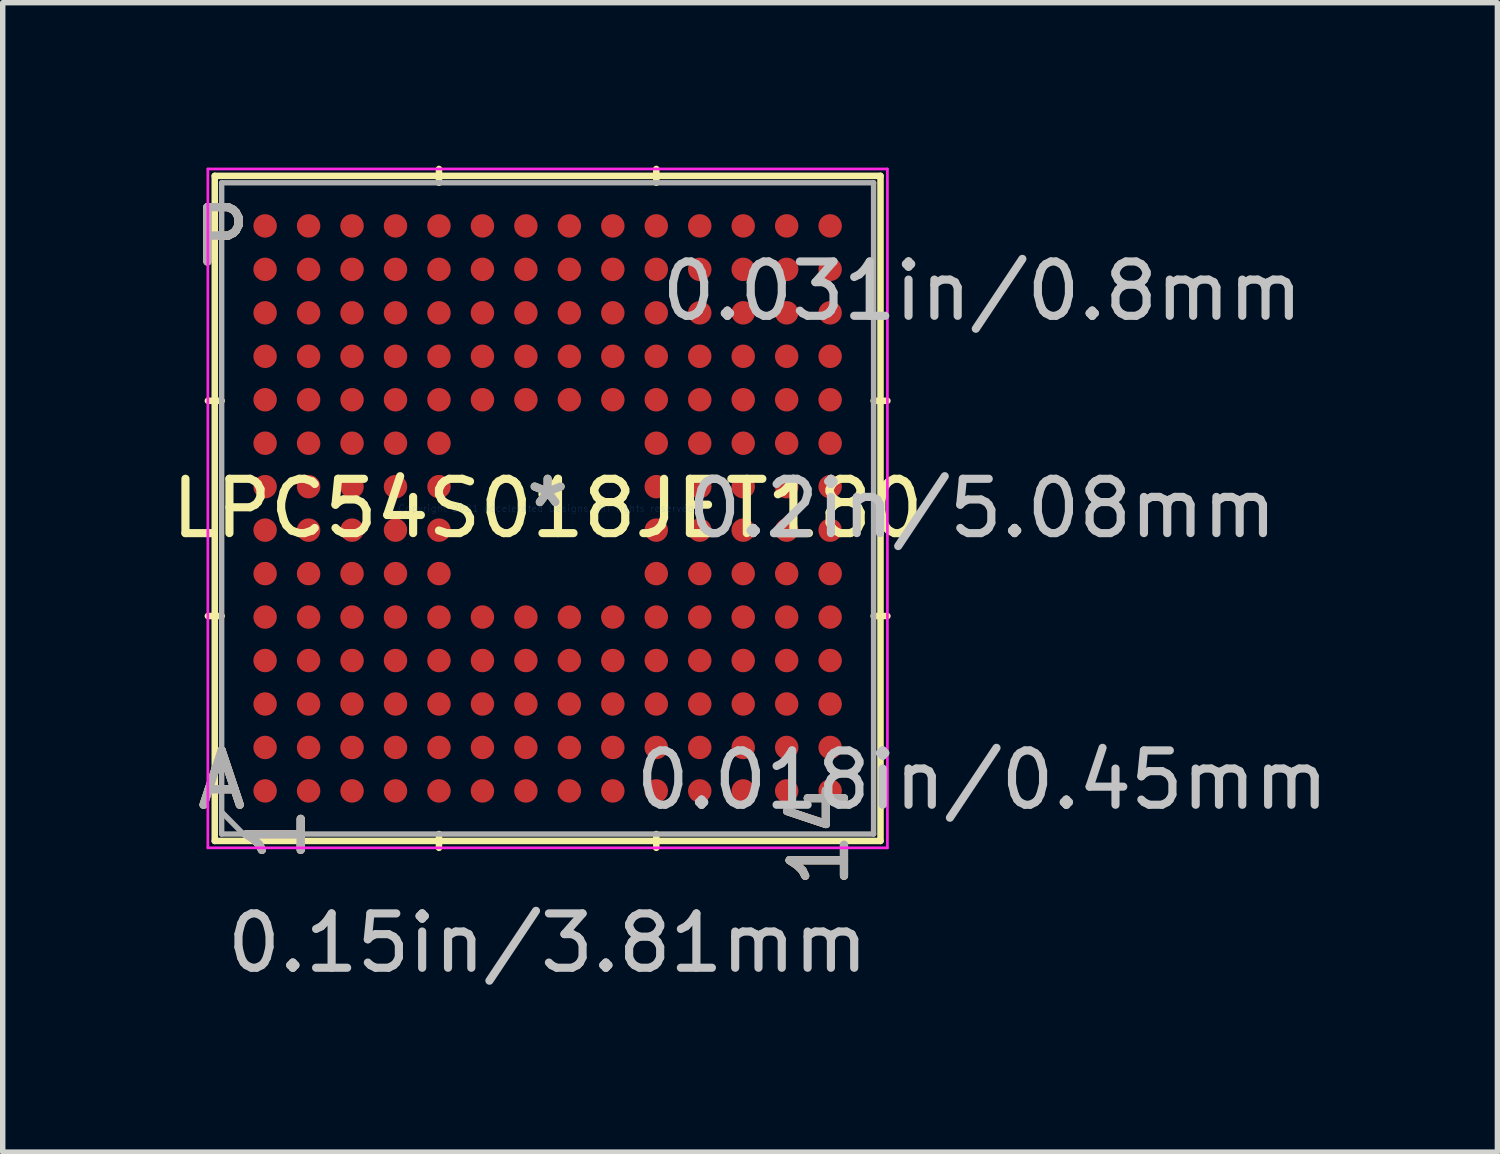
<source format=kicad_pcb>
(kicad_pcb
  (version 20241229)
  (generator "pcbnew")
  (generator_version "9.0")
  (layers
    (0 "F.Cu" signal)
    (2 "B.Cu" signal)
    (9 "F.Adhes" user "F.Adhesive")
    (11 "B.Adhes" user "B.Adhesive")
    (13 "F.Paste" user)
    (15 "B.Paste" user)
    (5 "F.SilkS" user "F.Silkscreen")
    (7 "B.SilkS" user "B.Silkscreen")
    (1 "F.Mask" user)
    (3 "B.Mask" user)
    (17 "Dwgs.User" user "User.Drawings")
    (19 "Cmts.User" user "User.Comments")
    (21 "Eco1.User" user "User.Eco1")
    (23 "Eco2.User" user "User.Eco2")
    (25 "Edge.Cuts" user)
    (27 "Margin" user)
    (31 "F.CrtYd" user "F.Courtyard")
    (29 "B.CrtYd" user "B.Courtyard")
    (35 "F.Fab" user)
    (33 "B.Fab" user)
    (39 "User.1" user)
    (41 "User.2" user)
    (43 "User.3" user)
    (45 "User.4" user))
  (footprint "LPC54S018JET180"
    (layer "F.Cu")
    (at 7.03 6.308)
    (property "Reference" "LPC54S018JET180" (at 0 0 0) (layer "F.SilkS") (effects (font (size 1 1) (thickness 0.15))))
    (attr through_hole)
    (fp_line (start -6.127 -6.121) (end -6.127 6.121) (stroke (width 0.12) (type solid)) (layer "F.SilkS"))
    (fp_line (start -6.127 6.121) (end 6.127 6.121) (stroke (width 0.12) (type solid)) (layer "F.SilkS"))
    (fp_line (start -6 -1.981) (end -6.254 -1.981) (stroke (width 0.12) (type solid)) (layer "F.SilkS"))
    (fp_line (start -6 1.981) (end -6.254 1.981) (stroke (width 0.12) (type solid)) (layer "F.SilkS"))
    (fp_line (start -2 -5.994) (end -2 -6.248) (stroke (width 0.12) (type solid)) (layer "F.SilkS"))
    (fp_line (start -2 5.994) (end -2 6.248) (stroke (width 0.12) (type solid)) (layer "F.SilkS"))
    (fp_line (start 2 -5.994) (end 2 -6.248) (stroke (width 0.12) (type solid)) (layer "F.SilkS"))
    (fp_line (start 2 5.994) (end 2 6.248) (stroke (width 0.12) (type solid)) (layer "F.SilkS"))
    (fp_line (start 6 -1.981) (end 6.254 -1.981) (stroke (width 0.12) (type solid)) (layer "F.SilkS"))
    (fp_line (start 6 1.981) (end 6.254 1.981) (stroke (width 0.12) (type solid)) (layer "F.SilkS"))
    (fp_line (start 6.127 -6.121) (end -6.127 -6.121) (stroke (width 0.12) (type solid)) (layer "F.SilkS"))
    (fp_line (start 6.127 6.121) (end 6.127 -6.121) (stroke (width 0.12) (type solid)) (layer "F.SilkS"))
    (fp_line (start -6.254 -6.248) (end 6.254 -6.248) (stroke (width 0.05) (type solid)) (layer "F.CrtYd"))
    (fp_line (start -6.254 6.248) (end -6.254 -6.248) (stroke (width 0.05) (type solid)) (layer "F.CrtYd"))
    (fp_line (start 6.254 -6.248) (end 6.254 6.248) (stroke (width 0.05) (type solid)) (layer "F.CrtYd"))
    (fp_line (start 6.254 6.248) (end -6.254 6.248) (stroke (width 0.05) (type solid)) (layer "F.CrtYd"))
    (fp_line (start -6 5.588) (end -5.6 5.994) (stroke (width 0.1) (type solid)) (layer "F.Fab"))
    (fp_line (start -6 -5.994) (end -6 5.994) (stroke (width 0.1) (type solid)) (layer "F.Fab"))
    (fp_line (start -6 5.994) (end 6 5.994) (stroke (width 0.1) (type solid)) (layer "F.Fab"))
    (fp_line (start 6 -5.994) (end -6 -5.994) (stroke (width 0.1) (type solid)) (layer "F.Fab"))
    (fp_line (start 6 5.994) (end 6 -5.994) (stroke (width 0.1) (type solid)) (layer "F.Fab"))
    (fp_text user "*" (at 0 0 0) (layer "F.SilkS") (effects (font (size 1 1) (thickness 0.15))))
    (fp_text user "A" (at -6 5 0) (layer "F.SilkS") (effects (font (size 1 1) (thickness 0.15))))
    (fp_text user "P" (at -6 -5 0) (layer "F.SilkS") (effects (font (size 1 1) (thickness 0.15))))
    (fp_text user "1" (at -5 6 90) (layer "F.SilkS") (effects (font (size 1 1) (thickness 0.15))))
    (fp_text user "14" (at 5 6 90) (layer "F.SilkS") (effects (font (size 1 1) (thickness 0.15))))
    (fp_text user "P" (at -6 -5 0) (layer "B.SilkS") (effects (font (size 1 1) (thickness 0.15))))
    (fp_text user "1" (at -5 6 90) (layer "B.SilkS") (effects (font (size 1 1) (thickness 0.15))))
    (fp_text user "A" (at -6 5 0) (layer "B.SilkS") (effects (font (size 1 1) (thickness 0.15))))
    (fp_text user "14" (at 5 6 90) (layer "B.SilkS") (effects (font (size 1 1) (thickness 0.15))))
    (fp_text user "0.018in/0.45mm" (at 8 5 0) (layer "Dwgs.User") (effects (font (size 1 1) (thickness 0.15))))
    (fp_text user "0.15in/3.81mm" (at 0 8 0) (layer "Dwgs.User") (effects (font (size 1 1) (thickness 0.15))))
    (fp_text user "0.2in/5.08mm" (at 8 0 0) (layer "Dwgs.User") (effects (font (size 1 1) (thickness 0.15))))
    (fp_text user "0.031in/0.8mm" (at 8 -4 0) (layer "Dwgs.User") (effects (font (size 1 1) (thickness 0.15))))
    (fp_text user "Copyright 2021 Accelerated Designs. All rights reserved." (at 0 0 0) (layer "Cmts.User") (effects (font (size 0.127 0.127) (thickness 0.002))))
    (fp_text user "P" (at -6 -5 0) (layer "F.Fab") (effects (font (size 1 1) (thickness 0.15))))
    (fp_text user "A" (at -6 5 0) (layer "F.Fab") (effects (font (size 1 1) (thickness 0.15))))
    (fp_text user "14" (at 5 6 90) (layer "F.Fab") (effects (font (size 1 1) (thickness 0.15))))
    (fp_text user "1" (at -5 6 90) (layer "F.Fab") (effects (font (size 1 1) (thickness 0.15))))
    (fp_text user "*" (at 0 0 0) (layer "F.Fab") (effects (font (size 1 1) (thickness 0.15))))
    (pad "A1" smd circle (at -5.2 5.2) (size 0.432 0.432) (layers "F.Cu" "F.Mask" "F.Paste"))
    (pad "A2" smd circle (at -4.4 5.2) (size 0.432 0.432) (layers "F.Cu" "F.Mask" "F.Paste"))
    (pad "A3" smd circle (at -3.6 5.2) (size 0.432 0.432) (layers "F.Cu" "F.Mask" "F.Paste"))
    (pad "A4" smd circle (at -2.8 5.2) (size 0.432 0.432) (layers "F.Cu" "F.Mask" "F.Paste"))
    (pad "A5" smd circle (at -2 5.2) (size 0.432 0.432) (layers "F.Cu" "F.Mask" "F.Paste"))
    (pad "A6" smd circle (at -1.2 5.2) (size 0.432 0.432) (layers "F.Cu" "F.Mask" "F.Paste"))
    (pad "A7" smd circle (at -0.4 5.2) (size 0.432 0.432) (layers "F.Cu" "F.Mask" "F.Paste"))
    (pad "A8" smd circle (at 0.4 5.2) (size 0.432 0.432) (layers "F.Cu" "F.Mask" "F.Paste"))
    (pad "A9" smd circle (at 1.2 5.2) (size 0.432 0.432) (layers "F.Cu" "F.Mask" "F.Paste"))
    (pad "A10" smd circle (at 2 5.2) (size 0.432 0.432) (layers "F.Cu" "F.Mask" "F.Paste"))
    (pad "A11" smd circle (at 2.8 5.2) (size 0.432 0.432) (layers "F.Cu" "F.Mask" "F.Paste"))
    (pad "A12" smd circle (at 3.6 5.2) (size 0.432 0.432) (layers "F.Cu" "F.Mask" "F.Paste"))
    (pad "A13" smd circle (at 4.4 5.2) (size 0.432 0.432) (layers "F.Cu" "F.Mask" "F.Paste"))
    (pad "A14" smd circle (at 5.2 5.2) (size 0.432 0.432) (layers "F.Cu" "F.Mask" "F.Paste"))
    (pad "B1" smd circle (at -5.2 4.4) (size 0.432 0.432) (layers "F.Cu" "F.Mask" "F.Paste"))
    (pad "B2" smd circle (at -4.4 4.4) (size 0.432 0.432) (layers "F.Cu" "F.Mask" "F.Paste"))
    (pad "B3" smd circle (at -3.6 4.4) (size 0.432 0.432) (layers "F.Cu" "F.Mask" "F.Paste"))
    (pad "B4" smd circle (at -2.8 4.4) (size 0.432 0.432) (layers "F.Cu" "F.Mask" "F.Paste"))
    (pad "B5" smd circle (at -2 4.4) (size 0.432 0.432) (layers "F.Cu" "F.Mask" "F.Paste"))
    (pad "B6" smd circle (at -1.2 4.4) (size 0.432 0.432) (layers "F.Cu" "F.Mask" "F.Paste"))
    (pad "B7" smd circle (at -0.4 4.4) (size 0.432 0.432) (layers "F.Cu" "F.Mask" "F.Paste"))
    (pad "B8" smd circle (at 0.4 4.4) (size 0.432 0.432) (layers "F.Cu" "F.Mask" "F.Paste"))
    (pad "B9" smd circle (at 1.2 4.4) (size 0.432 0.432) (layers "F.Cu" "F.Mask" "F.Paste"))
    (pad "B10" smd circle (at 2 4.4) (size 0.432 0.432) (layers "F.Cu" "F.Mask" "F.Paste"))
    (pad "B11" smd circle (at 2.8 4.4) (size 0.432 0.432) (layers "F.Cu" "F.Mask" "F.Paste"))
    (pad "B12" smd circle (at 3.6 4.4) (size 0.432 0.432) (layers "F.Cu" "F.Mask" "F.Paste"))
    (pad "B13" smd circle (at 4.4 4.4) (size 0.432 0.432) (layers "F.Cu" "F.Mask" "F.Paste"))
    (pad "B14" smd circle (at 5.2 4.4) (size 0.432 0.432) (layers "F.Cu" "F.Mask" "F.Paste"))
    (pad "C1" smd circle (at -5.2 3.6) (size 0.432 0.432) (layers "F.Cu" "F.Mask" "F.Paste"))
    (pad "C2" smd circle (at -4.4 3.6) (size 0.432 0.432) (layers "F.Cu" "F.Mask" "F.Paste"))
    (pad "C3" smd circle (at -3.6 3.6) (size 0.432 0.432) (layers "F.Cu" "F.Mask" "F.Paste"))
    (pad "C4" smd circle (at -2.8 3.6) (size 0.432 0.432) (layers "F.Cu" "F.Mask" "F.Paste"))
    (pad "C5" smd circle (at -2 3.6) (size 0.432 0.432) (layers "F.Cu" "F.Mask" "F.Paste"))
    (pad "C6" smd circle (at -1.2 3.6) (size 0.432 0.432) (layers "F.Cu" "F.Mask" "F.Paste"))
    (pad "C7" smd circle (at -0.4 3.6) (size 0.432 0.432) (layers "F.Cu" "F.Mask" "F.Paste"))
    (pad "C8" smd circle (at 0.4 3.6) (size 0.432 0.432) (layers "F.Cu" "F.Mask" "F.Paste"))
    (pad "C9" smd circle (at 1.2 3.6) (size 0.432 0.432) (layers "F.Cu" "F.Mask" "F.Paste"))
    (pad "C10" smd circle (at 2 3.6) (size 0.432 0.432) (layers "F.Cu" "F.Mask" "F.Paste"))
    (pad "C11" smd circle (at 2.8 3.6) (size 0.432 0.432) (layers "F.Cu" "F.Mask" "F.Paste"))
    (pad "C12" smd circle (at 3.6 3.6) (size 0.432 0.432) (layers "F.Cu" "F.Mask" "F.Paste"))
    (pad "C13" smd circle (at 4.4 3.6) (size 0.432 0.432) (layers "F.Cu" "F.Mask" "F.Paste"))
    (pad "C14" smd circle (at 5.2 3.6) (size 0.432 0.432) (layers "F.Cu" "F.Mask" "F.Paste"))
    (pad "D1" smd circle (at -5.2 2.8) (size 0.432 0.432) (layers "F.Cu" "F.Mask" "F.Paste"))
    (pad "D2" smd circle (at -4.4 2.8) (size 0.432 0.432) (layers "F.Cu" "F.Mask" "F.Paste"))
    (pad "D3" smd circle (at -3.6 2.8) (size 0.432 0.432) (layers "F.Cu" "F.Mask" "F.Paste"))
    (pad "D4" smd circle (at -2.8 2.8) (size 0.432 0.432) (layers "F.Cu" "F.Mask" "F.Paste"))
    (pad "D5" smd circle (at -2 2.8) (size 0.432 0.432) (layers "F.Cu" "F.Mask" "F.Paste"))
    (pad "D6" smd circle (at -1.2 2.8) (size 0.432 0.432) (layers "F.Cu" "F.Mask" "F.Paste"))
    (pad "D7" smd circle (at -0.4 2.8) (size 0.432 0.432) (layers "F.Cu" "F.Mask" "F.Paste"))
    (pad "D8" smd circle (at 0.4 2.8) (size 0.432 0.432) (layers "F.Cu" "F.Mask" "F.Paste"))
    (pad "D9" smd circle (at 1.2 2.8) (size 0.432 0.432) (layers "F.Cu" "F.Mask" "F.Paste"))
    (pad "D10" smd circle (at 2 2.8) (size 0.432 0.432) (layers "F.Cu" "F.Mask" "F.Paste"))
    (pad "D11" smd circle (at 2.8 2.8) (size 0.432 0.432) (layers "F.Cu" "F.Mask" "F.Paste"))
    (pad "D12" smd circle (at 3.6 2.8) (size 0.432 0.432) (layers "F.Cu" "F.Mask" "F.Paste"))
    (pad "D13" smd circle (at 4.4 2.8) (size 0.432 0.432) (layers "F.Cu" "F.Mask" "F.Paste"))
    (pad "D14" smd circle (at 5.2 2.8) (size 0.432 0.432) (layers "F.Cu" "F.Mask" "F.Paste"))
    (pad "E1" smd circle (at -5.2 2) (size 0.432 0.432) (layers "F.Cu" "F.Mask" "F.Paste"))
    (pad "E2" smd circle (at -4.4 2) (size 0.432 0.432) (layers "F.Cu" "F.Mask" "F.Paste"))
    (pad "E3" smd circle (at -3.6 2) (size 0.432 0.432) (layers "F.Cu" "F.Mask" "F.Paste"))
    (pad "E4" smd circle (at -2.8 2) (size 0.432 0.432) (layers "F.Cu" "F.Mask" "F.Paste"))
    (pad "E5" smd circle (at -2 2) (size 0.432 0.432) (layers "F.Cu" "F.Mask" "F.Paste"))
    (pad "E6" smd circle (at -1.2 2) (size 0.432 0.432) (layers "F.Cu" "F.Mask" "F.Paste"))
    (pad "E7" smd circle (at -0.4 2) (size 0.432 0.432) (layers "F.Cu" "F.Mask" "F.Paste"))
    (pad "E8" smd circle (at 0.4 2) (size 0.432 0.432) (layers "F.Cu" "F.Mask" "F.Paste"))
    (pad "E9" smd circle (at 1.2 2) (size 0.432 0.432) (layers "F.Cu" "F.Mask" "F.Paste"))
    (pad "E10" smd circle (at 2 2) (size 0.432 0.432) (layers "F.Cu" "F.Mask" "F.Paste"))
    (pad "E11" smd circle (at 2.8 2) (size 0.432 0.432) (layers "F.Cu" "F.Mask" "F.Paste"))
    (pad "E12" smd circle (at 3.6 2) (size 0.432 0.432) (layers "F.Cu" "F.Mask" "F.Paste"))
    (pad "E13" smd circle (at 4.4 2) (size 0.432 0.432) (layers "F.Cu" "F.Mask" "F.Paste"))
    (pad "E14" smd circle (at 5.2 2) (size 0.432 0.432) (layers "F.Cu" "F.Mask" "F.Paste"))
    (pad "F1" smd circle (at -5.2 1.2) (size 0.432 0.432) (layers "F.Cu" "F.Mask" "F.Paste"))
    (pad "F2" smd circle (at -4.4 1.2) (size 0.432 0.432) (layers "F.Cu" "F.Mask" "F.Paste"))
    (pad "F3" smd circle (at -3.6 1.2) (size 0.432 0.432) (layers "F.Cu" "F.Mask" "F.Paste"))
    (pad "F4" smd circle (at -2.8 1.2) (size 0.432 0.432) (layers "F.Cu" "F.Mask" "F.Paste"))
    (pad "F5" smd circle (at -2 1.2) (size 0.432 0.432) (layers "F.Cu" "F.Mask" "F.Paste"))
    (pad "F10" smd circle (at 2 1.2) (size 0.432 0.432) (layers "F.Cu" "F.Mask" "F.Paste"))
    (pad "F11" smd circle (at 2.8 1.2) (size 0.432 0.432) (layers "F.Cu" "F.Mask" "F.Paste"))
    (pad "F12" smd circle (at 3.6 1.2) (size 0.432 0.432) (layers "F.Cu" "F.Mask" "F.Paste"))
    (pad "F13" smd circle (at 4.4 1.2) (size 0.432 0.432) (layers "F.Cu" "F.Mask" "F.Paste"))
    (pad "F14" smd circle (at 5.2 1.2) (size 0.432 0.432) (layers "F.Cu" "F.Mask" "F.Paste"))
    (pad "G1" smd circle (at -5.2 0.4) (size 0.432 0.432) (layers "F.Cu" "F.Mask" "F.Paste"))
    (pad "G2" smd circle (at -4.4 0.4) (size 0.432 0.432) (layers "F.Cu" "F.Mask" "F.Paste"))
    (pad "G3" smd circle (at -3.6 0.4) (size 0.432 0.432) (layers "F.Cu" "F.Mask" "F.Paste"))
    (pad "G4" smd circle (at -2.8 0.4) (size 0.432 0.432) (layers "F.Cu" "F.Mask" "F.Paste"))
    (pad "G5" smd circle (at -2 0.4) (size 0.432 0.432) (layers "F.Cu" "F.Mask" "F.Paste"))
    (pad "G10" smd circle (at 2 0.4) (size 0.432 0.432) (layers "F.Cu" "F.Mask" "F.Paste"))
    (pad "G11" smd circle (at 2.8 0.4) (size 0.432 0.432) (layers "F.Cu" "F.Mask" "F.Paste"))
    (pad "G12" smd circle (at 3.6 0.4) (size 0.432 0.432) (layers "F.Cu" "F.Mask" "F.Paste"))
    (pad "G13" smd circle (at 4.4 0.4) (size 0.432 0.432) (layers "F.Cu" "F.Mask" "F.Paste"))
    (pad "G14" smd circle (at 5.2 0.4) (size 0.432 0.432) (layers "F.Cu" "F.Mask" "F.Paste"))
    (pad "H1" smd circle (at -5.2 -0.4) (size 0.432 0.432) (layers "F.Cu" "F.Mask" "F.Paste"))
    (pad "H2" smd circle (at -4.4 -0.4) (size 0.432 0.432) (layers "F.Cu" "F.Mask" "F.Paste"))
    (pad "H3" smd circle (at -3.6 -0.4) (size 0.432 0.432) (layers "F.Cu" "F.Mask" "F.Paste"))
    (pad "H4" smd circle (at -2.8 -0.4) (size 0.432 0.432) (layers "F.Cu" "F.Mask" "F.Paste"))
    (pad "H5" smd circle (at -2 -0.4) (size 0.432 0.432) (layers "F.Cu" "F.Mask" "F.Paste"))
    (pad "H10" smd circle (at 2 -0.4) (size 0.432 0.432) (layers "F.Cu" "F.Mask" "F.Paste"))
    (pad "H11" smd circle (at 2.8 -0.4) (size 0.432 0.432) (layers "F.Cu" "F.Mask" "F.Paste"))
    (pad "H12" smd circle (at 3.6 -0.4) (size 0.432 0.432) (layers "F.Cu" "F.Mask" "F.Paste"))
    (pad "H13" smd circle (at 4.4 -0.4) (size 0.432 0.432) (layers "F.Cu" "F.Mask" "F.Paste"))
    (pad "H14" smd circle (at 5.2 -0.4) (size 0.432 0.432) (layers "F.Cu" "F.Mask" "F.Paste"))
    (pad "J1" smd circle (at -5.2 -1.2) (size 0.432 0.432) (layers "F.Cu" "F.Mask" "F.Paste"))
    (pad "J2" smd circle (at -4.4 -1.2) (size 0.432 0.432) (layers "F.Cu" "F.Mask" "F.Paste"))
    (pad "J3" smd circle (at -3.6 -1.2) (size 0.432 0.432) (layers "F.Cu" "F.Mask" "F.Paste"))
    (pad "J4" smd circle (at -2.8 -1.2) (size 0.432 0.432) (layers "F.Cu" "F.Mask" "F.Paste"))
    (pad "J5" smd circle (at -2 -1.2) (size 0.432 0.432) (layers "F.Cu" "F.Mask" "F.Paste"))
    (pad "J10" smd circle (at 2 -1.2) (size 0.432 0.432) (layers "F.Cu" "F.Mask" "F.Paste"))
    (pad "J11" smd circle (at 2.8 -1.2) (size 0.432 0.432) (layers "F.Cu" "F.Mask" "F.Paste"))
    (pad "J12" smd circle (at 3.6 -1.2) (size 0.432 0.432) (layers "F.Cu" "F.Mask" "F.Paste"))
    (pad "J13" smd circle (at 4.4 -1.2) (size 0.432 0.432) (layers "F.Cu" "F.Mask" "F.Paste"))
    (pad "J14" smd circle (at 5.2 -1.2) (size 0.432 0.432) (layers "F.Cu" "F.Mask" "F.Paste"))
    (pad "K1" smd circle (at -5.2 -2) (size 0.432 0.432) (layers "F.Cu" "F.Mask" "F.Paste"))
    (pad "K2" smd circle (at -4.4 -2) (size 0.432 0.432) (layers "F.Cu" "F.Mask" "F.Paste"))
    (pad "K3" smd circle (at -3.6 -2) (size 0.432 0.432) (layers "F.Cu" "F.Mask" "F.Paste"))
    (pad "K4" smd circle (at -2.8 -2) (size 0.432 0.432) (layers "F.Cu" "F.Mask" "F.Paste"))
    (pad "K5" smd circle (at -2 -2) (size 0.432 0.432) (layers "F.Cu" "F.Mask" "F.Paste"))
    (pad "K6" smd circle (at -1.2 -2) (size 0.432 0.432) (layers "F.Cu" "F.Mask" "F.Paste"))
    (pad "K7" smd circle (at -0.4 -2) (size 0.432 0.432) (layers "F.Cu" "F.Mask" "F.Paste"))
    (pad "K8" smd circle (at 0.4 -2) (size 0.432 0.432) (layers "F.Cu" "F.Mask" "F.Paste"))
    (pad "K9" smd circle (at 1.2 -2) (size 0.432 0.432) (layers "F.Cu" "F.Mask" "F.Paste"))
    (pad "K10" smd circle (at 2 -2) (size 0.432 0.432) (layers "F.Cu" "F.Mask" "F.Paste"))
    (pad "K11" smd circle (at 2.8 -2) (size 0.432 0.432) (layers "F.Cu" "F.Mask" "F.Paste"))
    (pad "K12" smd circle (at 3.6 -2) (size 0.432 0.432) (layers "F.Cu" "F.Mask" "F.Paste"))
    (pad "K13" smd circle (at 4.4 -2) (size 0.432 0.432) (layers "F.Cu" "F.Mask" "F.Paste"))
    (pad "K14" smd circle (at 5.2 -2) (size 0.432 0.432) (layers "F.Cu" "F.Mask" "F.Paste"))
    (pad "L1" smd circle (at -5.2 -2.8) (size 0.432 0.432) (layers "F.Cu" "F.Mask" "F.Paste"))
    (pad "L2" smd circle (at -4.4 -2.8) (size 0.432 0.432) (layers "F.Cu" "F.Mask" "F.Paste"))
    (pad "L3" smd circle (at -3.6 -2.8) (size 0.432 0.432) (layers "F.Cu" "F.Mask" "F.Paste"))
    (pad "L4" smd circle (at -2.8 -2.8) (size 0.432 0.432) (layers "F.Cu" "F.Mask" "F.Paste"))
    (pad "L5" smd circle (at -2 -2.8) (size 0.432 0.432) (layers "F.Cu" "F.Mask" "F.Paste"))
    (pad "L6" smd circle (at -1.2 -2.8) (size 0.432 0.432) (layers "F.Cu" "F.Mask" "F.Paste"))
    (pad "L7" smd circle (at -0.4 -2.8) (size 0.432 0.432) (layers "F.Cu" "F.Mask" "F.Paste"))
    (pad "L8" smd circle (at 0.4 -2.8) (size 0.432 0.432) (layers "F.Cu" "F.Mask" "F.Paste"))
    (pad "L9" smd circle (at 1.2 -2.8) (size 0.432 0.432) (layers "F.Cu" "F.Mask" "F.Paste"))
    (pad "L10" smd circle (at 2 -2.8) (size 0.432 0.432) (layers "F.Cu" "F.Mask" "F.Paste"))
    (pad "L11" smd circle (at 2.8 -2.8) (size 0.432 0.432) (layers "F.Cu" "F.Mask" "F.Paste"))
    (pad "L12" smd circle (at 3.6 -2.8) (size 0.432 0.432) (layers "F.Cu" "F.Mask" "F.Paste"))
    (pad "L13" smd circle (at 4.4 -2.8) (size 0.432 0.432) (layers "F.Cu" "F.Mask" "F.Paste"))
    (pad "L14" smd circle (at 5.2 -2.8) (size 0.432 0.432) (layers "F.Cu" "F.Mask" "F.Paste"))
    (pad "M1" smd circle (at -5.2 -3.6) (size 0.432 0.432) (layers "F.Cu" "F.Mask" "F.Paste"))
    (pad "M2" smd circle (at -4.4 -3.6) (size 0.432 0.432) (layers "F.Cu" "F.Mask" "F.Paste"))
    (pad "M3" smd circle (at -3.6 -3.6) (size 0.432 0.432) (layers "F.Cu" "F.Mask" "F.Paste"))
    (pad "M4" smd circle (at -2.8 -3.6) (size 0.432 0.432) (layers "F.Cu" "F.Mask" "F.Paste"))
    (pad "M5" smd circle (at -2 -3.6) (size 0.432 0.432) (layers "F.Cu" "F.Mask" "F.Paste"))
    (pad "M6" smd circle (at -1.2 -3.6) (size 0.432 0.432) (layers "F.Cu" "F.Mask" "F.Paste"))
    (pad "M7" smd circle (at -0.4 -3.6) (size 0.432 0.432) (layers "F.Cu" "F.Mask" "F.Paste"))
    (pad "M8" smd circle (at 0.4 -3.6) (size 0.432 0.432) (layers "F.Cu" "F.Mask" "F.Paste"))
    (pad "M9" smd circle (at 1.2 -3.6) (size 0.432 0.432) (layers "F.Cu" "F.Mask" "F.Paste"))
    (pad "M10" smd circle (at 2 -3.6) (size 0.432 0.432) (layers "F.Cu" "F.Mask" "F.Paste"))
    (pad "M11" smd circle (at 2.8 -3.6) (size 0.432 0.432) (layers "F.Cu" "F.Mask" "F.Paste"))
    (pad "M12" smd circle (at 3.6 -3.6) (size 0.432 0.432) (layers "F.Cu" "F.Mask" "F.Paste"))
    (pad "M13" smd circle (at 4.4 -3.6) (size 0.432 0.432) (layers "F.Cu" "F.Mask" "F.Paste"))
    (pad "M14" smd circle (at 5.2 -3.6) (size 0.432 0.432) (layers "F.Cu" "F.Mask" "F.Paste"))
    (pad "N1" smd circle (at -5.2 -4.4) (size 0.432 0.432) (layers "F.Cu" "F.Mask" "F.Paste"))
    (pad "N2" smd circle (at -4.4 -4.4) (size 0.432 0.432) (layers "F.Cu" "F.Mask" "F.Paste"))
    (pad "N3" smd circle (at -3.6 -4.4) (size 0.432 0.432) (layers "F.Cu" "F.Mask" "F.Paste"))
    (pad "N4" smd circle (at -2.8 -4.4) (size 0.432 0.432) (layers "F.Cu" "F.Mask" "F.Paste"))
    (pad "N5" smd circle (at -2 -4.4) (size 0.432 0.432) (layers "F.Cu" "F.Mask" "F.Paste"))
    (pad "N6" smd circle (at -1.2 -4.4) (size 0.432 0.432) (layers "F.Cu" "F.Mask" "F.Paste"))
    (pad "N7" smd circle (at -0.4 -4.4) (size 0.432 0.432) (layers "F.Cu" "F.Mask" "F.Paste"))
    (pad "N8" smd circle (at 0.4 -4.4) (size 0.432 0.432) (layers "F.Cu" "F.Mask" "F.Paste"))
    (pad "N9" smd circle (at 1.2 -4.4) (size 0.432 0.432) (layers "F.Cu" "F.Mask" "F.Paste"))
    (pad "N10" smd circle (at 2 -4.4) (size 0.432 0.432) (layers "F.Cu" "F.Mask" "F.Paste"))
    (pad "N11" smd circle (at 2.8 -4.4) (size 0.432 0.432) (layers "F.Cu" "F.Mask" "F.Paste"))
    (pad "N12" smd circle (at 3.6 -4.4) (size 0.432 0.432) (layers "F.Cu" "F.Mask" "F.Paste"))
    (pad "N13" smd circle (at 4.4 -4.4) (size 0.432 0.432) (layers "F.Cu" "F.Mask" "F.Paste"))
    (pad "N14" smd circle (at 5.2 -4.4) (size 0.432 0.432) (layers "F.Cu" "F.Mask" "F.Paste"))
    (pad "P1" smd circle (at -5.2 -5.2) (size 0.432 0.432) (layers "F.Cu" "F.Mask" "F.Paste"))
    (pad "P2" smd circle (at -4.4 -5.2) (size 0.432 0.432) (layers "F.Cu" "F.Mask" "F.Paste"))
    (pad "P3" smd circle (at -3.6 -5.2) (size 0.432 0.432) (layers "F.Cu" "F.Mask" "F.Paste"))
    (pad "P4" smd circle (at -2.8 -5.2) (size 0.432 0.432) (layers "F.Cu" "F.Mask" "F.Paste"))
    (pad "P5" smd circle (at -2 -5.2) (size 0.432 0.432) (layers "F.Cu" "F.Mask" "F.Paste"))
    (pad "P6" smd circle (at -1.2 -5.2) (size 0.432 0.432) (layers "F.Cu" "F.Mask" "F.Paste"))
    (pad "P7" smd circle (at -0.4 -5.2) (size 0.432 0.432) (layers "F.Cu" "F.Mask" "F.Paste"))
    (pad "P8" smd circle (at 0.4 -5.2) (size 0.432 0.432) (layers "F.Cu" "F.Mask" "F.Paste"))
    (pad "P9" smd circle (at 1.2 -5.2) (size 0.432 0.432) (layers "F.Cu" "F.Mask" "F.Paste"))
    (pad "P10" smd circle (at 2 -5.2) (size 0.432 0.432) (layers "F.Cu" "F.Mask" "F.Paste"))
    (pad "P11" smd circle (at 2.8 -5.2) (size 0.432 0.432) (layers "F.Cu" "F.Mask" "F.Paste"))
    (pad "P12" smd circle (at 3.6 -5.2) (size 0.432 0.432) (layers "F.Cu" "F.Mask" "F.Paste"))
    (pad "P13" smd circle (at 4.4 -5.2) (size 0.432 0.432) (layers "F.Cu" "F.Mask" "F.Paste"))
    (pad "P14" smd circle (at 5.2 -5.2) (size 0.432 0.432) (layers "F.Cu" "F.Mask" "F.Paste")))
  (gr_rect
    (start -3 -3)
    (end 24.512 18.157)
    (stroke (width 0.1) (type default))
    (fill no)
    (layer "Edge.Cuts")))
</source>
